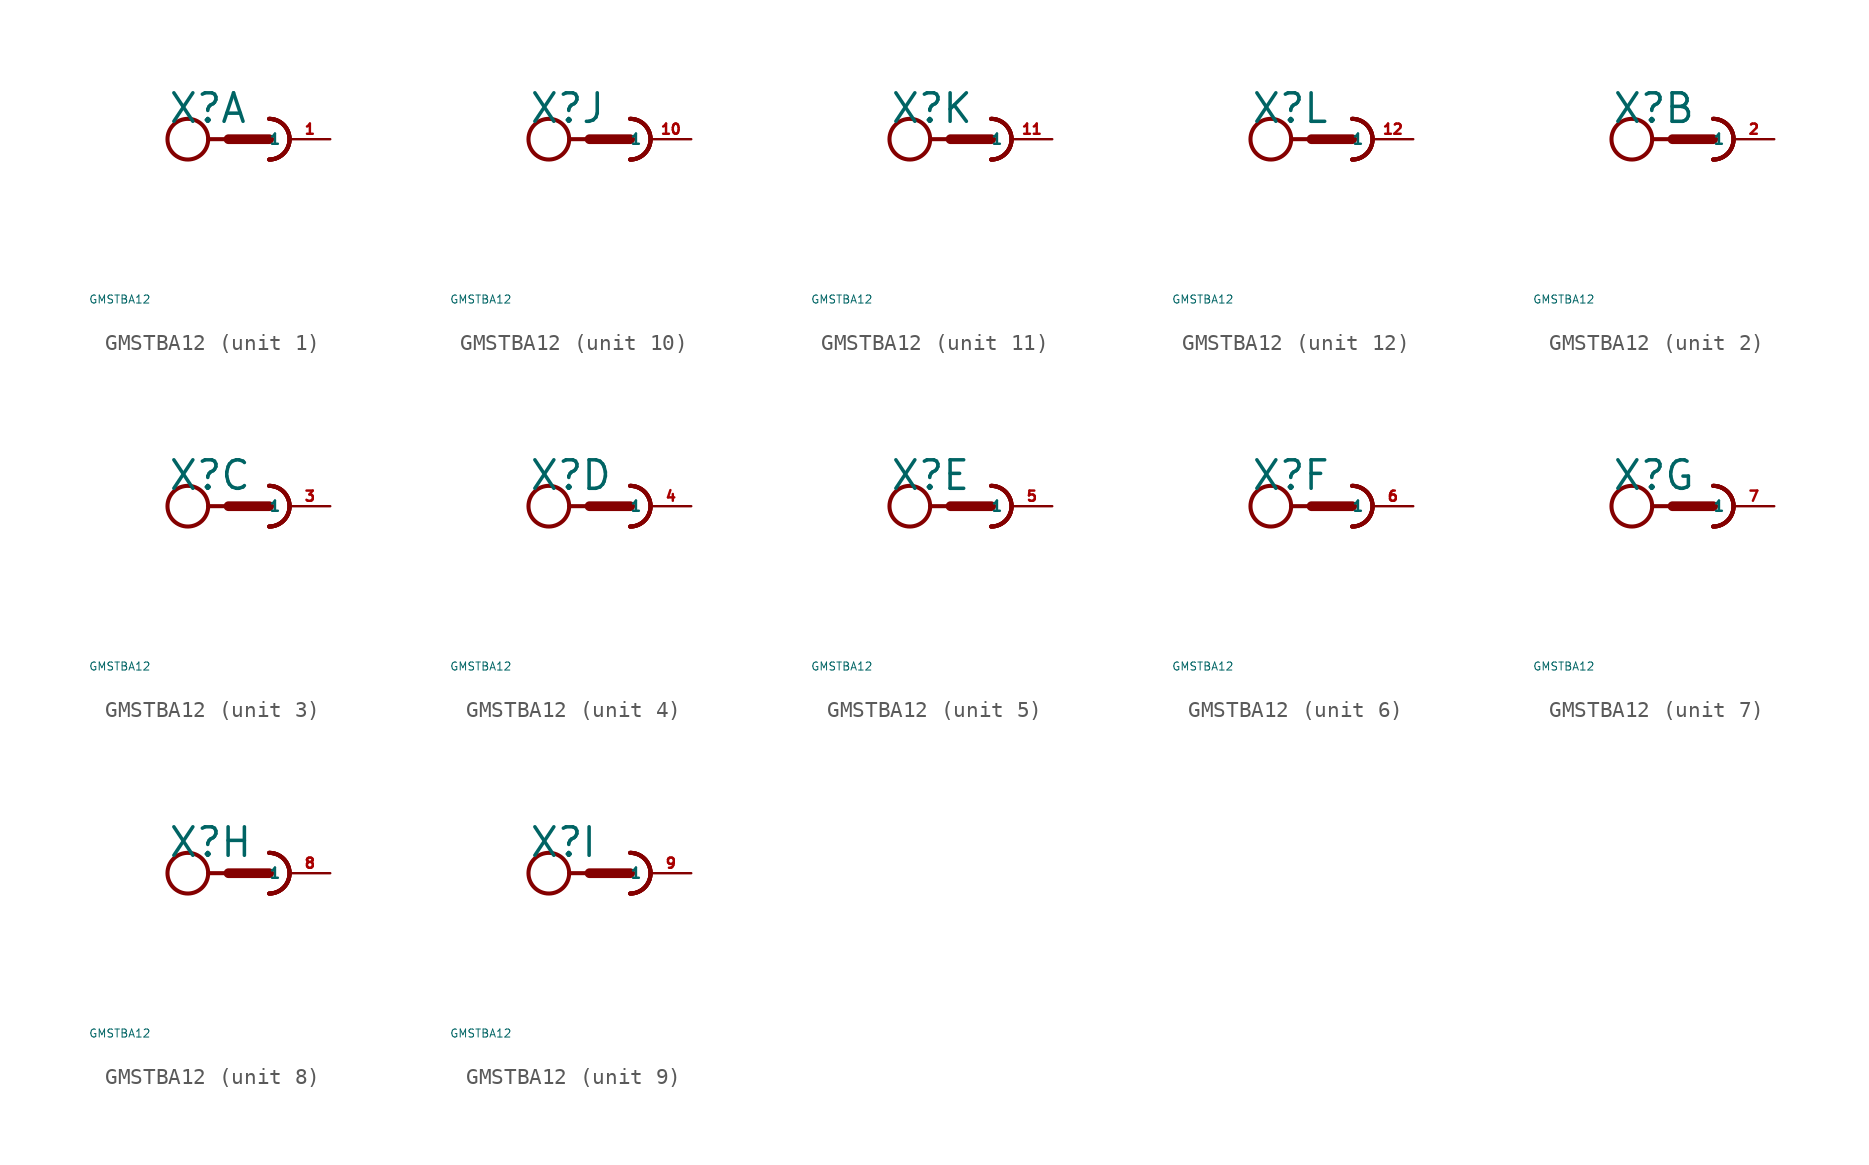
<source format=kicad_sym>
(kicad_symbol_lib
  (version 20220914)
  (generator Eagle2Kicad)
  (symbol "GMSTBA12"
    (property "Reference" "X"
      (at -5.08 0.889 0)
      (effects (font (size 1.778 1.778) (thickness 0.22)) (justify left bottom)))
    (property "Value" "GMSTBA12"
      (at -10 -10 0)
      (effects (font (size 0.5 0.5) (thickness 0.06)) (justify left)))
    (symbol "GMSTBA12_1_0"
      (arc (start 1.27 -1.27) (mid 2.540 0.000) (end 1.27 1.27) (stroke (width 0.254) (type default)) (fill (type none)))
      (arc (start 1.27 -1.27) (mid 2.540 0.000) (end 1.27 1.27) (stroke (width 0.254) (type default)) (fill (type none)))
      (arc (start 1.27 -1.27) (mid 2.540 0.000) (end 1.27 1.27) (stroke (width 0.254) (type default)) (fill (type none)))
      (polyline (pts (xy -2.54 0) (xy -1.27 0)) (stroke (width 0.254) (type default)) (fill (type none)))
      (polyline (pts (xy -1.27 0) (xy 1.27 0)) (stroke (width 0.61) (type default)) (fill (type none)))
      (arc (start 1.27 -1.27) (mid 2.540 0.000) (end 1.27 1.27) (stroke (width 0.254) (type default)) (fill (type none)))
      (circle (center -3.81 0) (radius 1.27) (stroke (width 0.254) (type default)) (fill (type none)))
      (pin passive line (at 5.08 0 180) (length 2.54) (name "1" (effects (font (size 0.635 0.635) (thickness 0.08)) (justify left bottom))) (number "1" (effects (font (size 0.635 0.635) (thickness 0.08)) (justify left bottom)))))
    (symbol "GMSTBA12_2_0"
      (arc (start 1.27 -1.27) (mid 2.540 0.000) (end 1.27 1.27) (stroke (width 0.254) (type default)) (fill (type none)))
      (arc (start 1.27 -1.27) (mid 2.540 0.000) (end 1.27 1.27) (stroke (width 0.254) (type default)) (fill (type none)))
      (arc (start 1.27 -1.27) (mid 2.540 0.000) (end 1.27 1.27) (stroke (width 0.254) (type default)) (fill (type none)))
      (polyline (pts (xy -2.54 0) (xy -1.27 0)) (stroke (width 0.254) (type default)) (fill (type none)))
      (polyline (pts (xy -1.27 0) (xy 1.27 0)) (stroke (width 0.61) (type default)) (fill (type none)))
      (arc (start 1.27 -1.27) (mid 2.540 0.000) (end 1.27 1.27) (stroke (width 0.254) (type default)) (fill (type none)))
      (circle (center -3.81 0) (radius 1.27) (stroke (width 0.254) (type default)) (fill (type none)))
      (pin passive line (at 5.08 0 180) (length 2.54) (name "1" (effects (font (size 0.635 0.635) (thickness 0.08)) (justify left bottom))) (number "2" (effects (font (size 0.635 0.635) (thickness 0.08)) (justify left bottom)))))
    (symbol "GMSTBA12_3_0"
      (arc (start 1.27 -1.27) (mid 2.540 0.000) (end 1.27 1.27) (stroke (width 0.254) (type default)) (fill (type none)))
      (arc (start 1.27 -1.27) (mid 2.540 0.000) (end 1.27 1.27) (stroke (width 0.254) (type default)) (fill (type none)))
      (arc (start 1.27 -1.27) (mid 2.540 0.000) (end 1.27 1.27) (stroke (width 0.254) (type default)) (fill (type none)))
      (polyline (pts (xy -2.54 0) (xy -1.27 0)) (stroke (width 0.254) (type default)) (fill (type none)))
      (polyline (pts (xy -1.27 0) (xy 1.27 0)) (stroke (width 0.61) (type default)) (fill (type none)))
      (arc (start 1.27 -1.27) (mid 2.540 0.000) (end 1.27 1.27) (stroke (width 0.254) (type default)) (fill (type none)))
      (circle (center -3.81 0) (radius 1.27) (stroke (width 0.254) (type default)) (fill (type none)))
      (pin passive line (at 5.08 0 180) (length 2.54) (name "1" (effects (font (size 0.635 0.635) (thickness 0.08)) (justify left bottom))) (number "3" (effects (font (size 0.635 0.635) (thickness 0.08)) (justify left bottom)))))
    (symbol "GMSTBA12_4_0"
      (arc (start 1.27 -1.27) (mid 2.540 0.000) (end 1.27 1.27) (stroke (width 0.254) (type default)) (fill (type none)))
      (arc (start 1.27 -1.27) (mid 2.540 0.000) (end 1.27 1.27) (stroke (width 0.254) (type default)) (fill (type none)))
      (arc (start 1.27 -1.27) (mid 2.540 0.000) (end 1.27 1.27) (stroke (width 0.254) (type default)) (fill (type none)))
      (polyline (pts (xy -2.54 0) (xy -1.27 0)) (stroke (width 0.254) (type default)) (fill (type none)))
      (polyline (pts (xy -1.27 0) (xy 1.27 0)) (stroke (width 0.61) (type default)) (fill (type none)))
      (arc (start 1.27 -1.27) (mid 2.540 0.000) (end 1.27 1.27) (stroke (width 0.254) (type default)) (fill (type none)))
      (circle (center -3.81 0) (radius 1.27) (stroke (width 0.254) (type default)) (fill (type none)))
      (pin passive line (at 5.08 0 180) (length 2.54) (name "1" (effects (font (size 0.635 0.635) (thickness 0.08)) (justify left bottom))) (number "4" (effects (font (size 0.635 0.635) (thickness 0.08)) (justify left bottom)))))
    (symbol "GMSTBA12_5_0"
      (arc (start 1.27 -1.27) (mid 2.540 0.000) (end 1.27 1.27) (stroke (width 0.254) (type default)) (fill (type none)))
      (arc (start 1.27 -1.27) (mid 2.540 0.000) (end 1.27 1.27) (stroke (width 0.254) (type default)) (fill (type none)))
      (arc (start 1.27 -1.27) (mid 2.540 0.000) (end 1.27 1.27) (stroke (width 0.254) (type default)) (fill (type none)))
      (polyline (pts (xy -2.54 0) (xy -1.27 0)) (stroke (width 0.254) (type default)) (fill (type none)))
      (polyline (pts (xy -1.27 0) (xy 1.27 0)) (stroke (width 0.61) (type default)) (fill (type none)))
      (arc (start 1.27 -1.27) (mid 2.540 0.000) (end 1.27 1.27) (stroke (width 0.254) (type default)) (fill (type none)))
      (circle (center -3.81 0) (radius 1.27) (stroke (width 0.254) (type default)) (fill (type none)))
      (pin passive line (at 5.08 0 180) (length 2.54) (name "1" (effects (font (size 0.635 0.635) (thickness 0.08)) (justify left bottom))) (number "5" (effects (font (size 0.635 0.635) (thickness 0.08)) (justify left bottom)))))
    (symbol "GMSTBA12_6_0"
      (arc (start 1.27 -1.27) (mid 2.540 0.000) (end 1.27 1.27) (stroke (width 0.254) (type default)) (fill (type none)))
      (arc (start 1.27 -1.27) (mid 2.540 0.000) (end 1.27 1.27) (stroke (width 0.254) (type default)) (fill (type none)))
      (arc (start 1.27 -1.27) (mid 2.540 0.000) (end 1.27 1.27) (stroke (width 0.254) (type default)) (fill (type none)))
      (polyline (pts (xy -2.54 0) (xy -1.27 0)) (stroke (width 0.254) (type default)) (fill (type none)))
      (polyline (pts (xy -1.27 0) (xy 1.27 0)) (stroke (width 0.61) (type default)) (fill (type none)))
      (arc (start 1.27 -1.27) (mid 2.540 0.000) (end 1.27 1.27) (stroke (width 0.254) (type default)) (fill (type none)))
      (circle (center -3.81 0) (radius 1.27) (stroke (width 0.254) (type default)) (fill (type none)))
      (pin passive line (at 5.08 0 180) (length 2.54) (name "1" (effects (font (size 0.635 0.635) (thickness 0.08)) (justify left bottom))) (number "6" (effects (font (size 0.635 0.635) (thickness 0.08)) (justify left bottom)))))
    (symbol "GMSTBA12_7_0"
      (arc (start 1.27 -1.27) (mid 2.540 0.000) (end 1.27 1.27) (stroke (width 0.254) (type default)) (fill (type none)))
      (arc (start 1.27 -1.27) (mid 2.540 0.000) (end 1.27 1.27) (stroke (width 0.254) (type default)) (fill (type none)))
      (arc (start 1.27 -1.27) (mid 2.540 0.000) (end 1.27 1.27) (stroke (width 0.254) (type default)) (fill (type none)))
      (polyline (pts (xy -2.54 0) (xy -1.27 0)) (stroke (width 0.254) (type default)) (fill (type none)))
      (polyline (pts (xy -1.27 0) (xy 1.27 0)) (stroke (width 0.61) (type default)) (fill (type none)))
      (arc (start 1.27 -1.27) (mid 2.540 0.000) (end 1.27 1.27) (stroke (width 0.254) (type default)) (fill (type none)))
      (circle (center -3.81 0) (radius 1.27) (stroke (width 0.254) (type default)) (fill (type none)))
      (pin passive line (at 5.08 0 180) (length 2.54) (name "1" (effects (font (size 0.635 0.635) (thickness 0.08)) (justify left bottom))) (number "7" (effects (font (size 0.635 0.635) (thickness 0.08)) (justify left bottom)))))
    (symbol "GMSTBA12_8_0"
      (arc (start 1.27 -1.27) (mid 2.540 0.000) (end 1.27 1.27) (stroke (width 0.254) (type default)) (fill (type none)))
      (arc (start 1.27 -1.27) (mid 2.540 0.000) (end 1.27 1.27) (stroke (width 0.254) (type default)) (fill (type none)))
      (arc (start 1.27 -1.27) (mid 2.540 0.000) (end 1.27 1.27) (stroke (width 0.254) (type default)) (fill (type none)))
      (polyline (pts (xy -2.54 0) (xy -1.27 0)) (stroke (width 0.254) (type default)) (fill (type none)))
      (polyline (pts (xy -1.27 0) (xy 1.27 0)) (stroke (width 0.61) (type default)) (fill (type none)))
      (arc (start 1.27 -1.27) (mid 2.540 0.000) (end 1.27 1.27) (stroke (width 0.254) (type default)) (fill (type none)))
      (circle (center -3.81 0) (radius 1.27) (stroke (width 0.254) (type default)) (fill (type none)))
      (pin passive line (at 5.08 0 180) (length 2.54) (name "1" (effects (font (size 0.635 0.635) (thickness 0.08)) (justify left bottom))) (number "8" (effects (font (size 0.635 0.635) (thickness 0.08)) (justify left bottom)))))
    (symbol "GMSTBA12_9_0"
      (arc (start 1.27 -1.27) (mid 2.540 0.000) (end 1.27 1.27) (stroke (width 0.254) (type default)) (fill (type none)))
      (arc (start 1.27 -1.27) (mid 2.540 0.000) (end 1.27 1.27) (stroke (width 0.254) (type default)) (fill (type none)))
      (arc (start 1.27 -1.27) (mid 2.540 0.000) (end 1.27 1.27) (stroke (width 0.254) (type default)) (fill (type none)))
      (polyline (pts (xy -2.54 0) (xy -1.27 0)) (stroke (width 0.254) (type default)) (fill (type none)))
      (polyline (pts (xy -1.27 0) (xy 1.27 0)) (stroke (width 0.61) (type default)) (fill (type none)))
      (arc (start 1.27 -1.27) (mid 2.540 0.000) (end 1.27 1.27) (stroke (width 0.254) (type default)) (fill (type none)))
      (circle (center -3.81 0) (radius 1.27) (stroke (width 0.254) (type default)) (fill (type none)))
      (pin passive line (at 5.08 0 180) (length 2.54) (name "1" (effects (font (size 0.635 0.635) (thickness 0.08)) (justify left bottom))) (number "9" (effects (font (size 0.635 0.635) (thickness 0.08)) (justify left bottom)))))
    (symbol "GMSTBA12_10_0"
      (arc (start 1.27 -1.27) (mid 2.540 0.000) (end 1.27 1.27) (stroke (width 0.254) (type default)) (fill (type none)))
      (arc (start 1.27 -1.27) (mid 2.540 0.000) (end 1.27 1.27) (stroke (width 0.254) (type default)) (fill (type none)))
      (arc (start 1.27 -1.27) (mid 2.540 0.000) (end 1.27 1.27) (stroke (width 0.254) (type default)) (fill (type none)))
      (polyline (pts (xy -2.54 0) (xy -1.27 0)) (stroke (width 0.254) (type default)) (fill (type none)))
      (polyline (pts (xy -1.27 0) (xy 1.27 0)) (stroke (width 0.61) (type default)) (fill (type none)))
      (arc (start 1.27 -1.27) (mid 2.540 0.000) (end 1.27 1.27) (stroke (width 0.254) (type default)) (fill (type none)))
      (circle (center -3.81 0) (radius 1.27) (stroke (width 0.254) (type default)) (fill (type none)))
      (pin passive line (at 5.08 0 180) (length 2.54) (name "1" (effects (font (size 0.635 0.635) (thickness 0.08)) (justify left bottom))) (number "10" (effects (font (size 0.635 0.635) (thickness 0.08)) (justify left bottom)))))
    (symbol "GMSTBA12_11_0"
      (arc (start 1.27 -1.27) (mid 2.540 0.000) (end 1.27 1.27) (stroke (width 0.254) (type default)) (fill (type none)))
      (arc (start 1.27 -1.27) (mid 2.540 0.000) (end 1.27 1.27) (stroke (width 0.254) (type default)) (fill (type none)))
      (arc (start 1.27 -1.27) (mid 2.540 0.000) (end 1.27 1.27) (stroke (width 0.254) (type default)) (fill (type none)))
      (polyline (pts (xy -2.54 0) (xy -1.27 0)) (stroke (width 0.254) (type default)) (fill (type none)))
      (polyline (pts (xy -1.27 0) (xy 1.27 0)) (stroke (width 0.61) (type default)) (fill (type none)))
      (arc (start 1.27 -1.27) (mid 2.540 0.000) (end 1.27 1.27) (stroke (width 0.254) (type default)) (fill (type none)))
      (circle (center -3.81 0) (radius 1.27) (stroke (width 0.254) (type default)) (fill (type none)))
      (pin passive line (at 5.08 0 180) (length 2.54) (name "1" (effects (font (size 0.635 0.635) (thickness 0.08)) (justify left bottom))) (number "11" (effects (font (size 0.635 0.635) (thickness 0.08)) (justify left bottom)))))
    (symbol "GMSTBA12_12_0"
      (arc (start 1.27 -1.27) (mid 2.540 0.000) (end 1.27 1.27) (stroke (width 0.254) (type default)) (fill (type none)))
      (arc (start 1.27 -1.27) (mid 2.540 0.000) (end 1.27 1.27) (stroke (width 0.254) (type default)) (fill (type none)))
      (arc (start 1.27 -1.27) (mid 2.540 0.000) (end 1.27 1.27) (stroke (width 0.254) (type default)) (fill (type none)))
      (polyline (pts (xy -2.54 0) (xy -1.27 0)) (stroke (width 0.254) (type default)) (fill (type none)))
      (polyline (pts (xy -1.27 0) (xy 1.27 0)) (stroke (width 0.61) (type default)) (fill (type none)))
      (arc (start 1.27 -1.27) (mid 2.540 0.000) (end 1.27 1.27) (stroke (width 0.254) (type default)) (fill (type none)))
      (circle (center -3.81 0) (radius 1.27) (stroke (width 0.254) (type default)) (fill (type none)))
      (pin passive line (at 5.08 0 180) (length 2.54) (name "1" (effects (font (size 0.635 0.635) (thickness 0.08)) (justify left bottom))) (number "12" (effects (font (size 0.635 0.635) (thickness 0.08)) (justify left bottom)))))))
</source>
